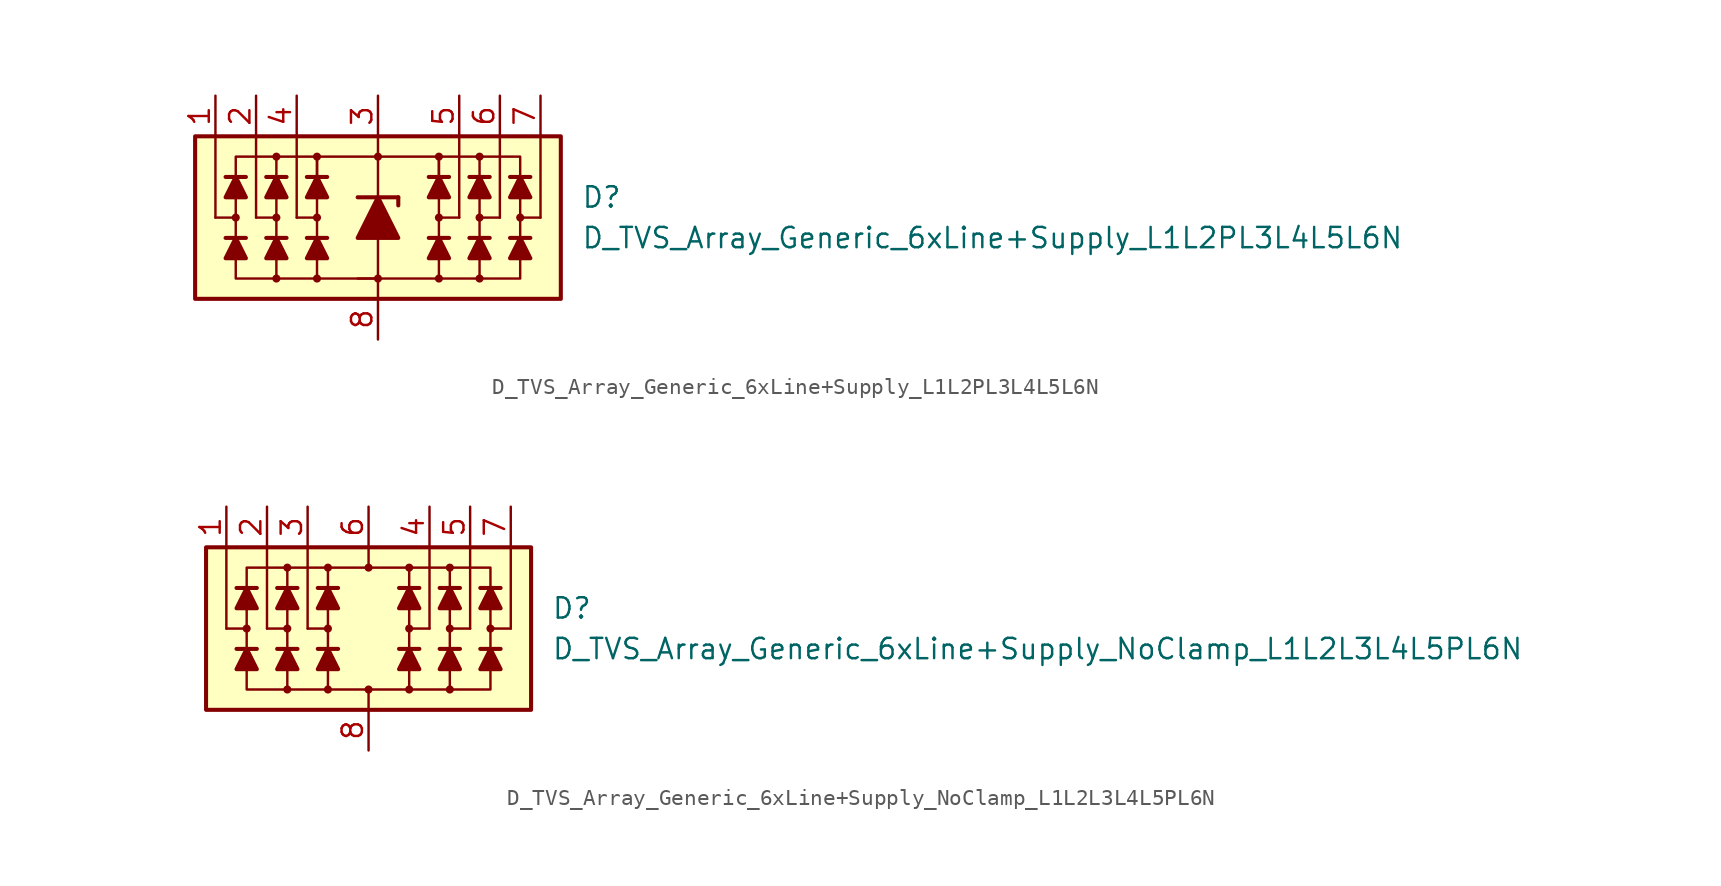
<source format=kicad_sym>
(kicad_symbol_lib
  (version 20211014)
  (generator kicad_symbol_editor)
  (symbol "D_TVS_Array_Generic_6xLine+Supply_L1L2PL3L4L5L6N"
    (pin_names
      (offset 1.016) hide)
    (property "Reference" "D"
      (at 12.7 1.27 0)
      (effects (font (size 1.27 1.27)) (justify left)))
    (property "Value" "D_TVS_Array_Generic_6xLine+Supply_L1L2PL3L4L5L6N"
      (at 12.7 -1.27 0)
      (effects (font (size 1.27 1.27)) (justify left)))
    (symbol "D_TVS_Array_Generic_6xLine+Supply_L1L2PL3L4L5L6N_0_1"
      (rectangle (start -11.43 5.08) (end 11.43 -5.08) (stroke (width 0.254) (type default) (color 0 0 0 0)) (fill (type background)))
      (circle (center -3.81 0) (radius 0.178) (stroke (width 0) (type default) (color 0 0 0 0)) (fill (type outline)))
      (polyline (pts (xy -8.255 -1.27) (xy -9.525 -1.27)) (stroke (width 0.254) (type default) (color 0 0 0 0)) (fill (type none)))
      (polyline (pts (xy -8.255 2.54) (xy -9.525 2.54)) (stroke (width 0.254) (type default) (color 0 0 0 0)) (fill (type none)))
      (polyline (pts (xy -5.715 -1.27) (xy -6.985 -1.27)) (stroke (width 0.254) (type default) (color 0 0 0 0)) (fill (type none)))
      (polyline (pts (xy -5.715 2.54) (xy -6.985 2.54)) (stroke (width 0.254) (type default) (color 0 0 0 0)) (fill (type none)))
      (polyline (pts (xy -5.08 0) (xy -5.08 5.08)) (stroke (width 0) (type default) (color 0 0 0 0)) (fill (type none)))
      (polyline (pts (xy -3.81 -1.27) (xy -3.81 1.27)) (stroke (width 0) (type default) (color 0 0 0 0)) (fill (type none)))
      (polyline (pts (xy -3.81 0) (xy -5.08 0)) (stroke (width 0) (type default) (color 0 0 0 0)) (fill (type none)))
      (polyline (pts (xy -3.175 -1.27) (xy -4.445 -1.27)) (stroke (width 0.254) (type default) (color 0 0 0 0)) (fill (type none)))
      (polyline (pts (xy -3.175 2.54) (xy -4.445 2.54)) (stroke (width 0.254) (type default) (color 0 0 0 0)) (fill (type none)))
      (polyline (pts (xy 0 -1.27) (xy 0 -5.08)) (stroke (width 0) (type default) (color 0 0 0 0)) (fill (type none)))
      (polyline (pts (xy 0 1.27) (xy 0 5.08)) (stroke (width 0.152) (type default) (color 0 0 0 0)) (fill (type none)))
      (polyline (pts (xy 3.81 -1.27) (xy 3.81 1.27)) (stroke (width 0) (type default) (color 0 0 0 0)) (fill (type none)))
      (polyline (pts (xy 3.81 0) (xy 5.08 0)) (stroke (width 0) (type default) (color 0 0 0 0)) (fill (type none)))
      (polyline (pts (xy 3.81 3.81) (xy 6.35 3.81)) (stroke (width 0.152) (type default) (color 0 0 0 0)) (fill (type none)))
      (polyline (pts (xy 4.445 -1.27) (xy 3.175 -1.27)) (stroke (width 0.254) (type default) (color 0 0 0 0)) (fill (type none)))
      (polyline (pts (xy 4.445 2.54) (xy 3.175 2.54)) (stroke (width 0.254) (type default) (color 0 0 0 0)) (fill (type none)))
      (polyline (pts (xy 5.08 0) (xy 5.08 5.08)) (stroke (width 0) (type default) (color 0 0 0 0)) (fill (type none)))
      (polyline (pts (xy 6.35 3.81) (xy 6.35 -3.81)) (stroke (width 0.152) (type default) (color 0 0 0 0)) (fill (type none)))
      (polyline (pts (xy 6.985 -1.27) (xy 5.715 -1.27)) (stroke (width 0.254) (type default) (color 0 0 0 0)) (fill (type none)))
      (polyline (pts (xy 6.985 2.54) (xy 5.715 2.54)) (stroke (width 0.254) (type default) (color 0 0 0 0)) (fill (type none)))
      (polyline (pts (xy 8.255 -1.27) (xy 9.525 -1.27)) (stroke (width 0.254) (type default) (color 0 0 0 0)) (fill (type none)))
      (polyline (pts (xy 8.255 2.54) (xy 9.525 2.54)) (stroke (width 0.254) (type default) (color 0 0 0 0)) (fill (type none)))
      (polyline (pts (xy 6.35 -3.81) (xy -1.27 -3.81) (xy 0 -3.81)) (stroke (width 0.152) (type default) (color 0 0 0 0)) (fill (type none)))
      (polyline (pts (xy -8.89 -1.27) (xy -8.255 -2.54) (xy -9.525 -2.54) (xy -8.89 -1.27)) (stroke (width 0.254) (type default) (color 0 0 0 0)) (fill (type outline)))
      (polyline (pts (xy -8.89 2.54) (xy -8.255 1.27) (xy -9.525 1.27) (xy -8.89 2.54)) (stroke (width 0.254) (type default) (color 0 0 0 0)) (fill (type outline)))
      (polyline (pts (xy -6.35 -1.27) (xy -5.715 -2.54) (xy -6.985 -2.54) (xy -6.35 -1.27)) (stroke (width 0.254) (type default) (color 0 0 0 0)) (fill (type outline)))
      (polyline (pts (xy -6.35 2.54) (xy -5.715 1.27) (xy -6.985 1.27) (xy -6.35 2.54)) (stroke (width 0.254) (type default) (color 0 0 0 0)) (fill (type outline)))
      (polyline (pts (xy -6.35 3.81) (xy -8.89 3.81) (xy -8.89 -3.81) (xy -6.35 -3.81)) (stroke (width 0.152) (type default) (color 0 0 0 0)) (fill (type none)))
      (polyline (pts (xy -3.81 -1.27) (xy -3.175 -2.54) (xy -4.445 -2.54) (xy -3.81 -1.27)) (stroke (width 0.254) (type default) (color 0 0 0 0)) (fill (type outline)))
      (polyline (pts (xy -3.81 2.54) (xy -3.81 3.81) (xy 3.81 3.81) (xy 3.81 2.54)) (stroke (width 0) (type default) (color 0 0 0 0)) (fill (type none)))
      (polyline (pts (xy -3.81 2.54) (xy -3.175 1.27) (xy -4.445 1.27) (xy -3.81 2.54)) (stroke (width 0.254) (type default) (color 0 0 0 0)) (fill (type outline)))
      (polyline (pts (xy 0 -3.81) (xy -6.35 -3.81) (xy -6.35 3.81) (xy -3.81 3.81)) (stroke (width 0) (type default) (color 0 0 0 0)) (fill (type none)))
      (polyline (pts (xy 3.81 -1.27) (xy 4.445 -2.54) (xy 3.175 -2.54) (xy 3.81 -1.27)) (stroke (width 0.254) (type default) (color 0 0 0 0)) (fill (type outline)))
      (polyline (pts (xy 3.81 2.54) (xy 4.445 1.27) (xy 3.175 1.27) (xy 3.81 2.54)) (stroke (width 0.254) (type default) (color 0 0 0 0)) (fill (type outline)))
      (polyline (pts (xy 6.35 -1.27) (xy 6.985 -2.54) (xy 5.715 -2.54) (xy 6.35 -1.27)) (stroke (width 0.254) (type default) (color 0 0 0 0)) (fill (type outline)))
      (polyline (pts (xy 6.35 2.54) (xy 6.985 1.27) (xy 5.715 1.27) (xy 6.35 2.54)) (stroke (width 0.254) (type default) (color 0 0 0 0)) (fill (type outline)))
      (polyline (pts (xy 6.35 3.81) (xy 8.89 3.81) (xy 8.89 -3.81) (xy 6.35 -3.81)) (stroke (width 0.152) (type default) (color 0 0 0 0)) (fill (type none)))
      (polyline (pts (xy 8.89 -1.27) (xy 8.255 -2.54) (xy 9.525 -2.54) (xy 8.89 -1.27)) (stroke (width 0.254) (type default) (color 0 0 0 0)) (fill (type outline)))
      (polyline (pts (xy 8.89 2.54) (xy 8.255 1.27) (xy 9.525 1.27) (xy 8.89 2.54)) (stroke (width 0.254) (type default) (color 0 0 0 0)) (fill (type outline)))
      (circle (center 0 3.81) (radius 0.178) (stroke (width 0) (type default) (color 0 0 0 0)) (fill (type outline)))
      (circle (center 3.81 0) (radius 0.178) (stroke (width 0) (type default) (color 0 0 0 0)) (fill (type outline))))
    (symbol "D_TVS_Array_Generic_6xLine+Supply_L1L2PL3L4L5L6N_1_1"
      (circle (center -8.89 0) (radius 0.178) (stroke (width 0) (type default) (color 0 0 0 0)) (fill (type outline)))
      (circle (center -6.35 -3.81) (radius 0.178) (stroke (width 0) (type default) (color 0 0 0 0)) (fill (type outline)))
      (circle (center -6.35 0) (radius 0.178) (stroke (width 0) (type default) (color 0 0 0 0)) (fill (type outline)))
      (circle (center -6.35 3.81) (radius 0.178) (stroke (width 0) (type default) (color 0 0 0 0)) (fill (type outline)))
      (circle (center -3.81 -3.81) (radius 0.178) (stroke (width 0) (type default) (color 0 0 0 0)) (fill (type outline)))
      (circle (center -3.81 3.81) (radius 0.178) (stroke (width 0) (type default) (color 0 0 0 0)) (fill (type outline)))
      (circle (center 0 -3.81) (radius 0.178) (stroke (width 0) (type default) (color 0 0 0 0)) (fill (type outline)))
      (polyline (pts (xy -10.16 0) (xy -10.16 5.08)) (stroke (width 0) (type default) (color 0 0 0 0)) (fill (type none)))
      (polyline (pts (xy -8.89 0) (xy -10.16 0)) (stroke (width 0) (type default) (color 0 0 0 0)) (fill (type none)))
      (polyline (pts (xy -7.62 0) (xy -7.62 5.08)) (stroke (width 0) (type default) (color 0 0 0 0)) (fill (type none)))
      (polyline (pts (xy -6.35 0) (xy -7.62 0)) (stroke (width 0) (type default) (color 0 0 0 0)) (fill (type none)))
      (polyline (pts (xy -3.81 -3.81) (xy -3.81 -1.27)) (stroke (width 0) (type default) (color 0 0 0 0)) (fill (type none)))
      (polyline (pts (xy -3.81 1.27) (xy -3.81 3.81)) (stroke (width 0) (type default) (color 0 0 0 0)) (fill (type none)))
      (polyline (pts (xy -1.27 1.27) (xy 1.27 1.27)) (stroke (width 0.254) (type default) (color 0 0 0 0)) (fill (type none)))
      (polyline (pts (xy 0 -1.27) (xy 0 1.27)) (stroke (width 0) (type default) (color 0 0 0 0)) (fill (type none)))
      (polyline (pts (xy 1.27 1.27) (xy 1.27 0.762)) (stroke (width 0.254) (type default) (color 0 0 0 0)) (fill (type none)))
      (polyline (pts (xy 3.81 -3.81) (xy 3.81 -1.27)) (stroke (width 0) (type default) (color 0 0 0 0)) (fill (type none)))
      (polyline (pts (xy 3.81 1.27) (xy 3.81 3.81)) (stroke (width 0) (type default) (color 0 0 0 0)) (fill (type none)))
      (polyline (pts (xy 6.35 0) (xy 7.62 0)) (stroke (width 0) (type default) (color 0 0 0 0)) (fill (type none)))
      (polyline (pts (xy 7.62 0) (xy 7.62 5.08)) (stroke (width 0) (type default) (color 0 0 0 0)) (fill (type none)))
      (polyline (pts (xy 8.89 0) (xy 10.16 0)) (stroke (width 0) (type default) (color 0 0 0 0)) (fill (type none)))
      (polyline (pts (xy 10.16 0) (xy 10.16 5.08)) (stroke (width 0) (type default) (color 0 0 0 0)) (fill (type none)))
      (polyline (pts (xy 1.27 -1.27) (xy -1.27 -1.27) (xy 0 1.27) (xy 1.27 -1.27)) (stroke (width 0.254) (type default) (color 0 0 0 0)) (fill (type outline)))
      (circle (center 3.81 -3.81) (radius 0.178) (stroke (width 0) (type default) (color 0 0 0 0)) (fill (type outline)))
      (circle (center 3.81 3.81) (radius 0.178) (stroke (width 0) (type default) (color 0 0 0 0)) (fill (type outline)))
      (circle (center 6.35 -3.81) (radius 0.178) (stroke (width 0) (type default) (color 0 0 0 0)) (fill (type outline)))
      (circle (center 6.35 0) (radius 0.178) (stroke (width 0) (type default) (color 0 0 0 0)) (fill (type outline)))
      (circle (center 6.35 3.81) (radius 0.178) (stroke (width 0) (type default) (color 0 0 0 0)) (fill (type outline)))
      (circle (center 8.89 0) (radius 0.178) (stroke (width 0) (type default) (color 0 0 0 0)) (fill (type outline)))
      (pin passive line (at -10.16 7.62 270) (length 2.54) (name "L1" (effects (font (size 1.27 1.27)))) (number "1" (effects (font (size 1.27 1.27)))))
      (pin passive line (at -7.62 7.62 270) (length 2.54) (name "L2" (effects (font (size 1.27 1.27)))) (number "2" (effects (font (size 1.27 1.27)))))
      (pin passive line (at 0 7.62 270) (length 2.54) (name "VP" (effects (font (size 1.27 1.27)))) (number "3" (effects (font (size 1.27 1.27)))))
      (pin passive line (at -5.08 7.62 270) (length 2.54) (name "L3" (effects (font (size 1.27 1.27)))) (number "4" (effects (font (size 1.27 1.27)))))
      (pin passive line (at 5.08 7.62 270) (length 2.54) (name "L4" (effects (font (size 1.27 1.27)))) (number "5" (effects (font (size 1.27 1.27)))))
      (pin passive line (at 7.62 7.62 270) (length 2.54) (name "L5" (effects (font (size 1.27 1.27)))) (number "6" (effects (font (size 1.27 1.27)))))
      (pin passive line (at 10.16 7.62 270) (length 2.54) (name "L6" (effects (font (size 1.27 1.27)))) (number "7" (effects (font (size 1.27 1.27)))))
      (pin passive line (at 0 -7.62 90) (length 2.54) (name "VN" (effects (font (size 1.27 1.27)))) (number "8" (effects (font (size 1.27 1.27)))))))
  (symbol "D_TVS_Array_Generic_6xLine+Supply_NoClamp_L1L2L3L4L5PL6N"
    (pin_names
      (offset 1.016) hide)
    (property "Reference" "D"
      (at 11.43 1.27 0)
      (effects (font (size 1.27 1.27)) (justify left)))
    (property "Value" "D_TVS_Array_Generic_6xLine+Supply_NoClamp_L1L2L3L4L5PL6N"
      (at 11.43 -1.27 0)
      (effects (font (size 1.27 1.27)) (justify left)))
    (symbol "D_TVS_Array_Generic_6xLine+Supply_NoClamp_L1L2L3L4L5PL6N_0_1"
      (rectangle (start -10.16 5.08) (end 10.16 -5.08) (stroke (width 0.254) (type default) (color 0 0 0 0)) (fill (type background)))
      (circle (center -2.54 0) (radius 0.178) (stroke (width 0) (type default) (color 0 0 0 0)) (fill (type outline)))
      (polyline (pts (xy -6.985 -1.27) (xy -8.255 -1.27)) (stroke (width 0.254) (type default) (color 0 0 0 0)) (fill (type none)))
      (polyline (pts (xy -6.985 2.54) (xy -8.255 2.54)) (stroke (width 0.254) (type default) (color 0 0 0 0)) (fill (type none)))
      (polyline (pts (xy -5.08 -3.81) (xy -5.08 3.81)) (stroke (width 0.152) (type default) (color 0 0 0 0)) (fill (type none)))
      (polyline (pts (xy -5.08 3.81) (xy 2.54 3.81)) (stroke (width 0.152) (type default) (color 0 0 0 0)) (fill (type none)))
      (polyline (pts (xy -4.445 -1.27) (xy -5.715 -1.27)) (stroke (width 0.254) (type default) (color 0 0 0 0)) (fill (type none)))
      (polyline (pts (xy -4.445 2.54) (xy -5.715 2.54)) (stroke (width 0.254) (type default) (color 0 0 0 0)) (fill (type none)))
      (polyline (pts (xy -3.81 0) (xy -3.81 5.08)) (stroke (width 0) (type default) (color 0 0 0 0)) (fill (type none)))
      (polyline (pts (xy -2.54 -1.27) (xy -2.54 1.27)) (stroke (width 0) (type default) (color 0 0 0 0)) (fill (type none)))
      (polyline (pts (xy -2.54 0) (xy -3.81 0)) (stroke (width 0) (type default) (color 0 0 0 0)) (fill (type none)))
      (polyline (pts (xy -1.905 -1.27) (xy -3.175 -1.27)) (stroke (width 0.254) (type default) (color 0 0 0 0)) (fill (type none)))
      (polyline (pts (xy -1.905 2.54) (xy -3.175 2.54)) (stroke (width 0.254) (type default) (color 0 0 0 0)) (fill (type none)))
      (polyline (pts (xy 0 -3.81) (xy 0 -5.08)) (stroke (width 0.152) (type default) (color 0 0 0 0)) (fill (type none)))
      (polyline (pts (xy 0 3.81) (xy 0 5.08)) (stroke (width 0.152) (type default) (color 0 0 0 0)) (fill (type none)))
      (polyline (pts (xy 2.54 -1.27) (xy 2.54 1.27)) (stroke (width 0) (type default) (color 0 0 0 0)) (fill (type none)))
      (polyline (pts (xy 2.54 0) (xy 3.81 0)) (stroke (width 0) (type default) (color 0 0 0 0)) (fill (type none)))
      (polyline (pts (xy 2.54 3.81) (xy 5.08 3.81)) (stroke (width 0.152) (type default) (color 0 0 0 0)) (fill (type none)))
      (polyline (pts (xy 3.175 -1.27) (xy 1.905 -1.27)) (stroke (width 0.254) (type default) (color 0 0 0 0)) (fill (type none)))
      (polyline (pts (xy 3.175 2.54) (xy 1.905 2.54)) (stroke (width 0.254) (type default) (color 0 0 0 0)) (fill (type none)))
      (polyline (pts (xy 3.81 0) (xy 3.81 5.08)) (stroke (width 0) (type default) (color 0 0 0 0)) (fill (type none)))
      (polyline (pts (xy 5.08 3.81) (xy 5.08 -3.81)) (stroke (width 0.152) (type default) (color 0 0 0 0)) (fill (type none)))
      (polyline (pts (xy 5.715 -1.27) (xy 4.445 -1.27)) (stroke (width 0.254) (type default) (color 0 0 0 0)) (fill (type none)))
      (polyline (pts (xy 5.715 2.54) (xy 4.445 2.54)) (stroke (width 0.254) (type default) (color 0 0 0 0)) (fill (type none)))
      (polyline (pts (xy 6.985 -1.27) (xy 8.255 -1.27)) (stroke (width 0.254) (type default) (color 0 0 0 0)) (fill (type none)))
      (polyline (pts (xy 6.985 2.54) (xy 8.255 2.54)) (stroke (width 0.254) (type default) (color 0 0 0 0)) (fill (type none)))
      (polyline (pts (xy 5.08 -3.81) (xy -5.08 -3.81) (xy -2.54 -3.81)) (stroke (width 0.152) (type default) (color 0 0 0 0)) (fill (type none)))
      (polyline (pts (xy -7.62 -1.27) (xy -6.985 -2.54) (xy -8.255 -2.54) (xy -7.62 -1.27)) (stroke (width 0.254) (type default) (color 0 0 0 0)) (fill (type outline)))
      (polyline (pts (xy -7.62 2.54) (xy -6.985 1.27) (xy -8.255 1.27) (xy -7.62 2.54)) (stroke (width 0.254) (type default) (color 0 0 0 0)) (fill (type outline)))
      (polyline (pts (xy -5.08 -1.27) (xy -4.445 -2.54) (xy -5.715 -2.54) (xy -5.08 -1.27)) (stroke (width 0.254) (type default) (color 0 0 0 0)) (fill (type outline)))
      (polyline (pts (xy -5.08 2.54) (xy -4.445 1.27) (xy -5.715 1.27) (xy -5.08 2.54)) (stroke (width 0.254) (type default) (color 0 0 0 0)) (fill (type outline)))
      (polyline (pts (xy -5.08 3.81) (xy -7.62 3.81) (xy -7.62 -3.81) (xy -5.08 -3.81)) (stroke (width 0.152) (type default) (color 0 0 0 0)) (fill (type none)))
      (polyline (pts (xy -2.54 -1.27) (xy -1.905 -2.54) (xy -3.175 -2.54) (xy -2.54 -1.27)) (stroke (width 0.254) (type default) (color 0 0 0 0)) (fill (type outline)))
      (polyline (pts (xy -2.54 2.54) (xy -1.905 1.27) (xy -3.175 1.27) (xy -2.54 2.54)) (stroke (width 0.254) (type default) (color 0 0 0 0)) (fill (type outline)))
      (polyline (pts (xy 2.54 -1.27) (xy 3.175 -2.54) (xy 1.905 -2.54) (xy 2.54 -1.27)) (stroke (width 0.254) (type default) (color 0 0 0 0)) (fill (type outline)))
      (polyline (pts (xy 2.54 2.54) (xy 3.175 1.27) (xy 1.905 1.27) (xy 2.54 2.54)) (stroke (width 0.254) (type default) (color 0 0 0 0)) (fill (type outline)))
      (polyline (pts (xy 5.08 -1.27) (xy 5.715 -2.54) (xy 4.445 -2.54) (xy 5.08 -1.27)) (stroke (width 0.254) (type default) (color 0 0 0 0)) (fill (type outline)))
      (polyline (pts (xy 5.08 2.54) (xy 5.715 1.27) (xy 4.445 1.27) (xy 5.08 2.54)) (stroke (width 0.254) (type default) (color 0 0 0 0)) (fill (type outline)))
      (polyline (pts (xy 5.08 3.81) (xy 7.62 3.81) (xy 7.62 -3.81) (xy 5.08 -3.81)) (stroke (width 0.152) (type default) (color 0 0 0 0)) (fill (type none)))
      (polyline (pts (xy 7.62 -1.27) (xy 6.985 -2.54) (xy 8.255 -2.54) (xy 7.62 -1.27)) (stroke (width 0.254) (type default) (color 0 0 0 0)) (fill (type outline)))
      (polyline (pts (xy 7.62 2.54) (xy 6.985 1.27) (xy 8.255 1.27) (xy 7.62 2.54)) (stroke (width 0.254) (type default) (color 0 0 0 0)) (fill (type outline)))
      (circle (center 0 3.81) (radius 0.178) (stroke (width 0) (type default) (color 0 0 0 0)) (fill (type outline)))
      (circle (center 2.54 0) (radius 0.178) (stroke (width 0) (type default) (color 0 0 0 0)) (fill (type outline))))
    (symbol "D_TVS_Array_Generic_6xLine+Supply_NoClamp_L1L2L3L4L5PL6N_1_1"
      (circle (center -7.62 0) (radius 0.178) (stroke (width 0) (type default) (color 0 0 0 0)) (fill (type outline)))
      (circle (center -5.08 -3.81) (radius 0.178) (stroke (width 0) (type default) (color 0 0 0 0)) (fill (type outline)))
      (circle (center -5.08 0) (radius 0.178) (stroke (width 0) (type default) (color 0 0 0 0)) (fill (type outline)))
      (circle (center -5.08 3.81) (radius 0.178) (stroke (width 0) (type default) (color 0 0 0 0)) (fill (type outline)))
      (circle (center -2.54 -3.81) (radius 0.178) (stroke (width 0) (type default) (color 0 0 0 0)) (fill (type outline)))
      (circle (center -2.54 3.81) (radius 0.178) (stroke (width 0) (type default) (color 0 0 0 0)) (fill (type outline)))
      (circle (center 0 -3.81) (radius 0.178) (stroke (width 0) (type default) (color 0 0 0 0)) (fill (type outline)))
      (polyline (pts (xy -8.89 0) (xy -8.89 5.08)) (stroke (width 0) (type default) (color 0 0 0 0)) (fill (type none)))
      (polyline (pts (xy -7.62 0) (xy -8.89 0)) (stroke (width 0) (type default) (color 0 0 0 0)) (fill (type none)))
      (polyline (pts (xy -6.35 0) (xy -6.35 5.08)) (stroke (width 0) (type default) (color 0 0 0 0)) (fill (type none)))
      (polyline (pts (xy -5.08 0) (xy -6.35 0)) (stroke (width 0) (type default) (color 0 0 0 0)) (fill (type none)))
      (polyline (pts (xy -2.54 -3.81) (xy -2.54 -1.27)) (stroke (width 0) (type default) (color 0 0 0 0)) (fill (type none)))
      (polyline (pts (xy -2.54 1.27) (xy -2.54 3.81)) (stroke (width 0) (type default) (color 0 0 0 0)) (fill (type none)))
      (polyline (pts (xy 2.54 -3.81) (xy 2.54 -1.27)) (stroke (width 0) (type default) (color 0 0 0 0)) (fill (type none)))
      (polyline (pts (xy 2.54 1.27) (xy 2.54 3.81)) (stroke (width 0) (type default) (color 0 0 0 0)) (fill (type none)))
      (polyline (pts (xy 5.08 0) (xy 6.35 0)) (stroke (width 0) (type default) (color 0 0 0 0)) (fill (type none)))
      (polyline (pts (xy 6.35 0) (xy 6.35 5.08)) (stroke (width 0) (type default) (color 0 0 0 0)) (fill (type none)))
      (polyline (pts (xy 7.62 0) (xy 8.89 0)) (stroke (width 0) (type default) (color 0 0 0 0)) (fill (type none)))
      (polyline (pts (xy 8.89 0) (xy 8.89 5.08)) (stroke (width 0) (type default) (color 0 0 0 0)) (fill (type none)))
      (circle (center 2.54 -3.81) (radius 0.178) (stroke (width 0) (type default) (color 0 0 0 0)) (fill (type outline)))
      (circle (center 2.54 3.81) (radius 0.178) (stroke (width 0) (type default) (color 0 0 0 0)) (fill (type outline)))
      (circle (center 5.08 -3.81) (radius 0.178) (stroke (width 0) (type default) (color 0 0 0 0)) (fill (type outline)))
      (circle (center 5.08 0) (radius 0.178) (stroke (width 0) (type default) (color 0 0 0 0)) (fill (type outline)))
      (circle (center 5.08 3.81) (radius 0.178) (stroke (width 0) (type default) (color 0 0 0 0)) (fill (type outline)))
      (circle (center 7.62 0) (radius 0.178) (stroke (width 0) (type default) (color 0 0 0 0)) (fill (type outline)))
      (pin passive line (at -8.89 7.62 270) (length 2.54) (name "L1" (effects (font (size 1.27 1.27)))) (number "1" (effects (font (size 1.27 1.27)))))
      (pin passive line (at -6.35 7.62 270) (length 2.54) (name "L2" (effects (font (size 1.27 1.27)))) (number "2" (effects (font (size 1.27 1.27)))))
      (pin passive line (at -3.81 7.62 270) (length 2.54) (name "L3" (effects (font (size 1.27 1.27)))) (number "3" (effects (font (size 1.27 1.27)))))
      (pin passive line (at 3.81 7.62 270) (length 2.54) (name "L4" (effects (font (size 1.27 1.27)))) (number "4" (effects (font (size 1.27 1.27)))))
      (pin passive line (at 6.35 7.62 270) (length 2.54) (name "L5" (effects (font (size 1.27 1.27)))) (number "5" (effects (font (size 1.27 1.27)))))
      (pin passive line (at 0 7.62 270) (length 2.54) (name "VP" (effects (font (size 1.27 1.27)))) (number "6" (effects (font (size 1.27 1.27)))))
      (pin passive line (at 8.89 7.62 270) (length 2.54) (name "L6" (effects (font (size 1.27 1.27)))) (number "7" (effects (font (size 1.27 1.27)))))
      (pin passive line (at 0 -7.62 90) (length 2.54) (name "VN" (effects (font (size 1.27 1.27)))) (number "8" (effects (font (size 1.27 1.27))))))))
</source>
